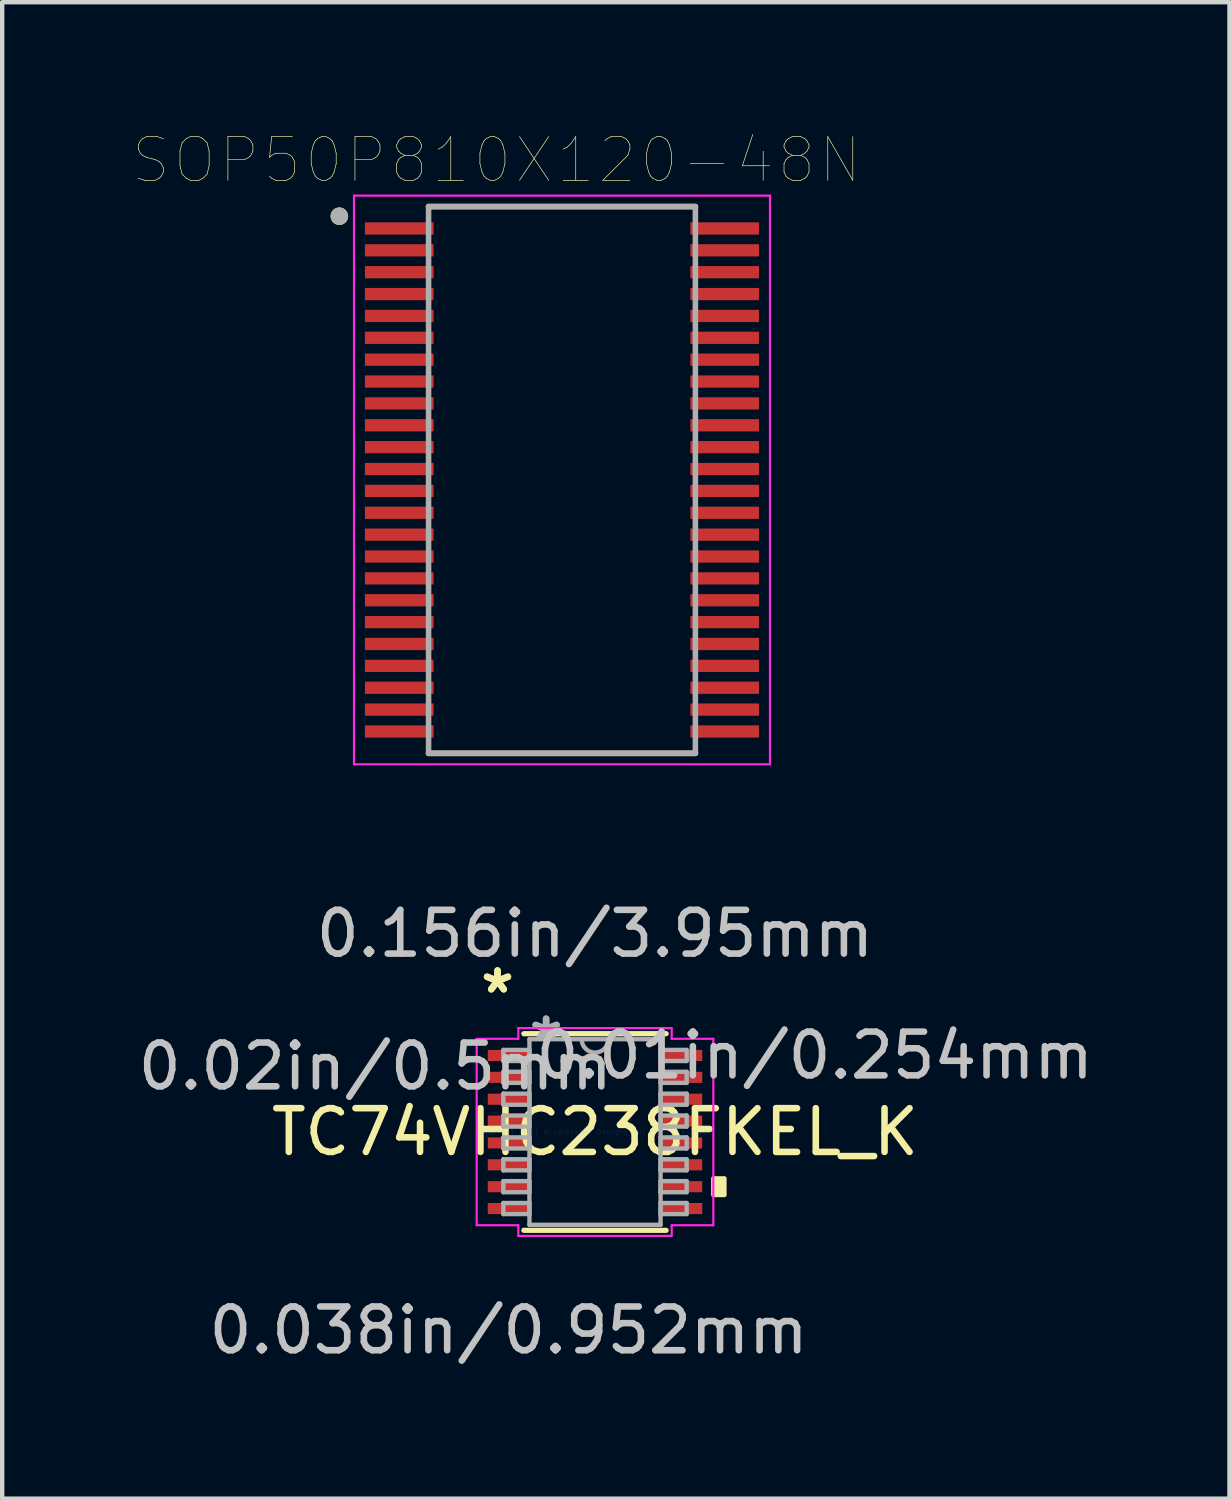
<source format=kicad_pcb>
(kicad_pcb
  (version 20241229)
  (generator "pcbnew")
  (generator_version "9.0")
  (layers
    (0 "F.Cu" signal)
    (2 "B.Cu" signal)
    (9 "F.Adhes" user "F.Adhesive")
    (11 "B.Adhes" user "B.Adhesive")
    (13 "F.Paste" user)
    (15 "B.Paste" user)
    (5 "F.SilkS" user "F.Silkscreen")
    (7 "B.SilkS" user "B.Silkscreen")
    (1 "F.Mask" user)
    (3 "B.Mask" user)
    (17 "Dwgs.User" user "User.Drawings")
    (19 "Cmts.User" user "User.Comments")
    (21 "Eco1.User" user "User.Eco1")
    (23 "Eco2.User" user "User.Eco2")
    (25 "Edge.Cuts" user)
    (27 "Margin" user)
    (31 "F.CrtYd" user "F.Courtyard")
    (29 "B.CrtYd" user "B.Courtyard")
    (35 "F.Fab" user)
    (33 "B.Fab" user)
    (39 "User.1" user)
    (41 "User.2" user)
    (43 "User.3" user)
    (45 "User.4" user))
  (footprint "SOP50P810X120-48N"
    (layer "F.Cu")
    (at 9.798 7.923)
    (property "Reference" "SOP50P810X120-48N" (at -1.495 -7.312 0) (layer "F.SilkS") (effects (font (size 1 1) (thickness 0.015))))
    (attr through_hole)
    (fp_line (start -3.05 -6.25) (end 3.05 -6.25) (stroke (width 0.127) (type solid)) (layer "F.SilkS"))
    (fp_line (start -3.05 6.25) (end 3.05 6.25) (stroke (width 0.127) (type solid)) (layer "F.SilkS"))
    (fp_circle (center -5.09 -6.03) (end -4.99 -6.03) (stroke (width 0.2) (type solid)) (fill no) (layer "F.SilkS"))
    (fp_line (start -4.755 -6.5) (end -4.755 6.5) (stroke (width 0.05) (type solid)) (layer "F.CrtYd"))
    (fp_line (start -4.755 -6.5) (end 4.755 -6.5) (stroke (width 0.05) (type solid)) (layer "F.CrtYd"))
    (fp_line (start -4.755 6.5) (end 4.755 6.5) (stroke (width 0.05) (type solid)) (layer "F.CrtYd"))
    (fp_line (start 4.755 -6.5) (end 4.755 6.5) (stroke (width 0.05) (type solid)) (layer "F.CrtYd"))
    (fp_line (start -3.05 -6.25) (end -3.05 6.25) (stroke (width 0.127) (type solid)) (layer "F.Fab"))
    (fp_line (start -3.05 -6.25) (end 3.05 -6.25) (stroke (width 0.127) (type solid)) (layer "F.Fab"))
    (fp_line (start -3.05 6.25) (end 3.05 6.25) (stroke (width 0.127) (type solid)) (layer "F.Fab"))
    (fp_line (start 3.05 -6.25) (end 3.05 6.25) (stroke (width 0.127) (type solid)) (layer "F.Fab"))
    (fp_circle (center -5.09 -6.03) (end -4.99 -6.03) (stroke (width 0.2) (type solid)) (fill no) (layer "F.Fab"))
    (pad "1" smd rect (at -3.72 -5.75) (size 1.57 0.28) (layers "F.Cu" "F.Mask" "F.Paste"))
    (pad "2" smd rect (at -3.72 -5.25) (size 1.57 0.28) (layers "F.Cu" "F.Mask" "F.Paste"))
    (pad "3" smd rect (at -3.72 -4.75) (size 1.57 0.28) (layers "F.Cu" "F.Mask" "F.Paste"))
    (pad "4" smd rect (at -3.72 -4.25) (size 1.57 0.28) (layers "F.Cu" "F.Mask" "F.Paste"))
    (pad "5" smd rect (at -3.72 -3.75) (size 1.57 0.28) (layers "F.Cu" "F.Mask" "F.Paste"))
    (pad "6" smd rect (at -3.72 -3.25) (size 1.57 0.28) (layers "F.Cu" "F.Mask" "F.Paste"))
    (pad "7" smd rect (at -3.72 -2.75) (size 1.57 0.28) (layers "F.Cu" "F.Mask" "F.Paste"))
    (pad "8" smd rect (at -3.72 -2.25) (size 1.57 0.28) (layers "F.Cu" "F.Mask" "F.Paste"))
    (pad "9" smd rect (at -3.72 -1.75) (size 1.57 0.28) (layers "F.Cu" "F.Mask" "F.Paste"))
    (pad "10" smd rect (at -3.72 -1.25) (size 1.57 0.28) (layers "F.Cu" "F.Mask" "F.Paste"))
    (pad "11" smd rect (at -3.72 -0.75) (size 1.57 0.28) (layers "F.Cu" "F.Mask" "F.Paste"))
    (pad "12" smd rect (at -3.72 -0.25) (size 1.57 0.28) (layers "F.Cu" "F.Mask" "F.Paste"))
    (pad "13" smd rect (at -3.72 0.25) (size 1.57 0.28) (layers "F.Cu" "F.Mask" "F.Paste"))
    (pad "14" smd rect (at -3.72 0.75) (size 1.57 0.28) (layers "F.Cu" "F.Mask" "F.Paste"))
    (pad "15" smd rect (at -3.72 1.25) (size 1.57 0.28) (layers "F.Cu" "F.Mask" "F.Paste"))
    (pad "16" smd rect (at -3.72 1.75) (size 1.57 0.28) (layers "F.Cu" "F.Mask" "F.Paste"))
    (pad "17" smd rect (at -3.72 2.25) (size 1.57 0.28) (layers "F.Cu" "F.Mask" "F.Paste"))
    (pad "18" smd rect (at -3.72 2.75) (size 1.57 0.28) (layers "F.Cu" "F.Mask" "F.Paste"))
    (pad "19" smd rect (at -3.72 3.25) (size 1.57 0.28) (layers "F.Cu" "F.Mask" "F.Paste"))
    (pad "20" smd rect (at -3.72 3.75) (size 1.57 0.28) (layers "F.Cu" "F.Mask" "F.Paste"))
    (pad "21" smd rect (at -3.72 4.25) (size 1.57 0.28) (layers "F.Cu" "F.Mask" "F.Paste"))
    (pad "22" smd rect (at -3.72 4.75) (size 1.57 0.28) (layers "F.Cu" "F.Mask" "F.Paste"))
    (pad "23" smd rect (at -3.72 5.25) (size 1.57 0.28) (layers "F.Cu" "F.Mask" "F.Paste"))
    (pad "24" smd rect (at -3.72 5.75) (size 1.57 0.28) (layers "F.Cu" "F.Mask" "F.Paste"))
    (pad "25" smd rect (at 3.72 5.75) (size 1.57 0.28) (layers "F.Cu" "F.Mask" "F.Paste"))
    (pad "26" smd rect (at 3.72 5.25) (size 1.57 0.28) (layers "F.Cu" "F.Mask" "F.Paste"))
    (pad "27" smd rect (at 3.72 4.75) (size 1.57 0.28) (layers "F.Cu" "F.Mask" "F.Paste"))
    (pad "28" smd rect (at 3.72 4.25) (size 1.57 0.28) (layers "F.Cu" "F.Mask" "F.Paste"))
    (pad "29" smd rect (at 3.72 3.75) (size 1.57 0.28) (layers "F.Cu" "F.Mask" "F.Paste"))
    (pad "30" smd rect (at 3.72 3.25) (size 1.57 0.28) (layers "F.Cu" "F.Mask" "F.Paste"))
    (pad "31" smd rect (at 3.72 2.75) (size 1.57 0.28) (layers "F.Cu" "F.Mask" "F.Paste"))
    (pad "32" smd rect (at 3.72 2.25) (size 1.57 0.28) (layers "F.Cu" "F.Mask" "F.Paste"))
    (pad "33" smd rect (at 3.72 1.75) (size 1.57 0.28) (layers "F.Cu" "F.Mask" "F.Paste"))
    (pad "34" smd rect (at 3.72 1.25) (size 1.57 0.28) (layers "F.Cu" "F.Mask" "F.Paste"))
    (pad "35" smd rect (at 3.72 0.75) (size 1.57 0.28) (layers "F.Cu" "F.Mask" "F.Paste"))
    (pad "36" smd rect (at 3.72 0.25) (size 1.57 0.28) (layers "F.Cu" "F.Mask" "F.Paste"))
    (pad "37" smd rect (at 3.72 -0.25) (size 1.57 0.28) (layers "F.Cu" "F.Mask" "F.Paste"))
    (pad "38" smd rect (at 3.72 -0.75) (size 1.57 0.28) (layers "F.Cu" "F.Mask" "F.Paste"))
    (pad "39" smd rect (at 3.72 -1.25) (size 1.57 0.28) (layers "F.Cu" "F.Mask" "F.Paste"))
    (pad "40" smd rect (at 3.72 -1.75) (size 1.57 0.28) (layers "F.Cu" "F.Mask" "F.Paste"))
    (pad "41" smd rect (at 3.72 -2.25) (size 1.57 0.28) (layers "F.Cu" "F.Mask" "F.Paste"))
    (pad "42" smd rect (at 3.72 -2.75) (size 1.57 0.28) (layers "F.Cu" "F.Mask" "F.Paste"))
    (pad "43" smd rect (at 3.72 -3.25) (size 1.57 0.28) (layers "F.Cu" "F.Mask" "F.Paste"))
    (pad "44" smd rect (at 3.72 -3.75) (size 1.57 0.28) (layers "F.Cu" "F.Mask" "F.Paste"))
    (pad "45" smd rect (at 3.72 -4.25) (size 1.57 0.28) (layers "F.Cu" "F.Mask" "F.Paste"))
    (pad "46" smd rect (at 3.72 -4.75) (size 1.57 0.28) (layers "F.Cu" "F.Mask" "F.Paste"))
    (pad "47" smd rect (at 3.72 -5.25) (size 1.57 0.28) (layers "F.Cu" "F.Mask" "F.Paste"))
    (pad "48" smd rect (at 3.72 -5.75) (size 1.57 0.28) (layers "F.Cu" "F.Mask" "F.Paste")))
  (footprint "TC74VHC238FKEL_K"
    (layer "F.Cu")
    (at 10.553 22.83)
    (property "Reference" "TC74VHC238FKEL_K" (at 0 0 0) (layer "F.SilkS") (effects (font (size 1 1) (thickness 0.15))))
    (attr through_hole)
    (fp_line (start -1.626 2.248) (end 1.626 2.248) (stroke (width 0.12) (type solid)) (layer "F.SilkS"))
    (fp_line (start 1.626 -2.248) (end -1.626 -2.248) (stroke (width 0.12) (type solid)) (layer "F.SilkS"))
    (fp_poly (pts (xy 2.959 1.06) (xy 2.959 1.44) (xy 2.705 1.44) (xy 2.705 1.06)) (stroke (width 0.1) (type solid)) (fill yes) (layer "F.SilkS"))
    (fp_line (start -2.705 -2.131) (end -1.753 -2.131) (stroke (width 0.05) (type solid)) (layer "F.CrtYd"))
    (fp_line (start -2.705 2.131) (end -2.705 -2.131) (stroke (width 0.05) (type solid)) (layer "F.CrtYd"))
    (fp_line (start -1.753 -2.375) (end 1.753 -2.375) (stroke (width 0.05) (type solid)) (layer "F.CrtYd"))
    (fp_line (start -1.753 -2.131) (end -1.753 -2.375) (stroke (width 0.05) (type solid)) (layer "F.CrtYd"))
    (fp_line (start -1.753 2.131) (end -2.705 2.131) (stroke (width 0.05) (type solid)) (layer "F.CrtYd"))
    (fp_line (start -1.753 2.375) (end -1.753 2.131) (stroke (width 0.05) (type solid)) (layer "F.CrtYd"))
    (fp_line (start 1.753 -2.375) (end 1.753 -2.131) (stroke (width 0.05) (type solid)) (layer "F.CrtYd"))
    (fp_line (start 1.753 -2.131) (end 2.705 -2.131) (stroke (width 0.05) (type solid)) (layer "F.CrtYd"))
    (fp_line (start 1.753 2.131) (end 1.753 2.375) (stroke (width 0.05) (type solid)) (layer "F.CrtYd"))
    (fp_line (start 1.753 2.375) (end -1.753 2.375) (stroke (width 0.05) (type solid)) (layer "F.CrtYd"))
    (fp_line (start 2.705 -2.131) (end 2.705 2.131) (stroke (width 0.05) (type solid)) (layer "F.CrtYd"))
    (fp_line (start 2.705 2.131) (end 1.753 2.131) (stroke (width 0.05) (type solid)) (layer "F.CrtYd"))
    (fp_line (start -2.095 -1.877) (end -2.095 -1.623) (stroke (width 0.1) (type solid)) (layer "F.Fab"))
    (fp_line (start -2.095 -1.623) (end -1.499 -1.623) (stroke (width 0.1) (type solid)) (layer "F.Fab"))
    (fp_line (start -2.095 -1.377) (end -2.095 -1.123) (stroke (width 0.1) (type solid)) (layer "F.Fab"))
    (fp_line (start -2.095 -1.123) (end -1.499 -1.123) (stroke (width 0.1) (type solid)) (layer "F.Fab"))
    (fp_line (start -2.095 -0.877) (end -2.095 -0.623) (stroke (width 0.1) (type solid)) (layer "F.Fab"))
    (fp_line (start -2.095 -0.623) (end -1.499 -0.623) (stroke (width 0.1) (type solid)) (layer "F.Fab"))
    (fp_line (start -2.095 -0.377) (end -2.095 -0.123) (stroke (width 0.1) (type solid)) (layer "F.Fab"))
    (fp_line (start -2.095 -0.123) (end -1.499 -0.123) (stroke (width 0.1) (type solid)) (layer "F.Fab"))
    (fp_line (start -2.095 0.123) (end -2.095 0.377) (stroke (width 0.1) (type solid)) (layer "F.Fab"))
    (fp_line (start -2.095 0.377) (end -1.499 0.377) (stroke (width 0.1) (type solid)) (layer "F.Fab"))
    (fp_line (start -2.095 0.623) (end -2.095 0.877) (stroke (width 0.1) (type solid)) (layer "F.Fab"))
    (fp_line (start -2.095 0.877) (end -1.499 0.877) (stroke (width 0.1) (type solid)) (layer "F.Fab"))
    (fp_line (start -2.095 1.123) (end -2.095 1.377) (stroke (width 0.1) (type solid)) (layer "F.Fab"))
    (fp_line (start -2.095 1.377) (end -1.499 1.377) (stroke (width 0.1) (type solid)) (layer "F.Fab"))
    (fp_line (start -2.095 1.623) (end -2.095 1.877) (stroke (width 0.1) (type solid)) (layer "F.Fab"))
    (fp_line (start -2.095 1.877) (end -1.499 1.877) (stroke (width 0.1) (type solid)) (layer "F.Fab"))
    (fp_line (start -1.499 -2.121) (end -1.499 2.121) (stroke (width 0.1) (type solid)) (layer "F.Fab"))
    (fp_line (start -1.499 -1.877) (end -2.095 -1.877) (stroke (width 0.1) (type solid)) (layer "F.Fab"))
    (fp_line (start -1.499 -1.623) (end -1.499 -1.877) (stroke (width 0.1) (type solid)) (layer "F.Fab"))
    (fp_line (start -1.499 -1.377) (end -2.095 -1.377) (stroke (width 0.1) (type solid)) (layer "F.Fab"))
    (fp_line (start -1.499 -1.123) (end -1.499 -1.377) (stroke (width 0.1) (type solid)) (layer "F.Fab"))
    (fp_line (start -1.499 -0.877) (end -2.095 -0.877) (stroke (width 0.1) (type solid)) (layer "F.Fab"))
    (fp_line (start -1.499 -0.623) (end -1.499 -0.877) (stroke (width 0.1) (type solid)) (layer "F.Fab"))
    (fp_line (start -1.499 -0.377) (end -2.095 -0.377) (stroke (width 0.1) (type solid)) (layer "F.Fab"))
    (fp_line (start -1.499 -0.123) (end -1.499 -0.377) (stroke (width 0.1) (type solid)) (layer "F.Fab"))
    (fp_line (start -1.499 0.123) (end -2.095 0.123) (stroke (width 0.1) (type solid)) (layer "F.Fab"))
    (fp_line (start -1.499 0.377) (end -1.499 0.123) (stroke (width 0.1) (type solid)) (layer "F.Fab"))
    (fp_line (start -1.499 0.623) (end -2.095 0.623) (stroke (width 0.1) (type solid)) (layer "F.Fab"))
    (fp_line (start -1.499 0.877) (end -1.499 0.623) (stroke (width 0.1) (type solid)) (layer "F.Fab"))
    (fp_line (start -1.499 1.123) (end -2.095 1.123) (stroke (width 0.1) (type solid)) (layer "F.Fab"))
    (fp_line (start -1.499 1.377) (end -1.499 1.123) (stroke (width 0.1) (type solid)) (layer "F.Fab"))
    (fp_line (start -1.499 1.623) (end -2.095 1.623) (stroke (width 0.1) (type solid)) (layer "F.Fab"))
    (fp_line (start -1.499 1.877) (end -1.499 1.623) (stroke (width 0.1) (type solid)) (layer "F.Fab"))
    (fp_line (start -1.499 2.121) (end 1.499 2.121) (stroke (width 0.1) (type solid)) (layer "F.Fab"))
    (fp_line (start 1.499 -2.121) (end -1.499 -2.121) (stroke (width 0.1) (type solid)) (layer "F.Fab"))
    (fp_line (start 1.499 -1.877) (end 1.499 -1.623) (stroke (width 0.1) (type solid)) (layer "F.Fab"))
    (fp_line (start 1.499 -1.623) (end 2.095 -1.623) (stroke (width 0.1) (type solid)) (layer "F.Fab"))
    (fp_line (start 1.499 -1.377) (end 1.499 -1.123) (stroke (width 0.1) (type solid)) (layer "F.Fab"))
    (fp_line (start 1.499 -1.123) (end 2.095 -1.123) (stroke (width 0.1) (type solid)) (layer "F.Fab"))
    (fp_line (start 1.499 -0.877) (end 1.499 -0.623) (stroke (width 0.1) (type solid)) (layer "F.Fab"))
    (fp_line (start 1.499 -0.623) (end 2.095 -0.623) (stroke (width 0.1) (type solid)) (layer "F.Fab"))
    (fp_line (start 1.499 -0.377) (end 1.499 -0.123) (stroke (width 0.1) (type solid)) (layer "F.Fab"))
    (fp_line (start 1.499 -0.123) (end 2.095 -0.123) (stroke (width 0.1) (type solid)) (layer "F.Fab"))
    (fp_line (start 1.499 0.123) (end 1.499 0.377) (stroke (width 0.1) (type solid)) (layer "F.Fab"))
    (fp_line (start 1.499 0.377) (end 2.095 0.377) (stroke (width 0.1) (type solid)) (layer "F.Fab"))
    (fp_line (start 1.499 0.623) (end 1.499 0.877) (stroke (width 0.1) (type solid)) (layer "F.Fab"))
    (fp_line (start 1.499 0.877) (end 2.095 0.877) (stroke (width 0.1) (type solid)) (layer "F.Fab"))
    (fp_line (start 1.499 1.123) (end 1.499 1.377) (stroke (width 0.1) (type solid)) (layer "F.Fab"))
    (fp_line (start 1.499 1.377) (end 2.095 1.377) (stroke (width 0.1) (type solid)) (layer "F.Fab"))
    (fp_line (start 1.499 1.623) (end 1.499 1.877) (stroke (width 0.1) (type solid)) (layer "F.Fab"))
    (fp_line (start 1.499 1.877) (end 2.095 1.877) (stroke (width 0.1) (type solid)) (layer "F.Fab"))
    (fp_line (start 1.499 2.121) (end 1.499 -2.121) (stroke (width 0.1) (type solid)) (layer "F.Fab"))
    (fp_line (start 2.095 -1.877) (end 1.499 -1.877) (stroke (width 0.1) (type solid)) (layer "F.Fab"))
    (fp_line (start 2.095 -1.623) (end 2.095 -1.877) (stroke (width 0.1) (type solid)) (layer "F.Fab"))
    (fp_line (start 2.095 -1.377) (end 1.499 -1.377) (stroke (width 0.1) (type solid)) (layer "F.Fab"))
    (fp_line (start 2.095 -1.123) (end 2.095 -1.377) (stroke (width 0.1) (type solid)) (layer "F.Fab"))
    (fp_line (start 2.095 -0.877) (end 1.499 -0.877) (stroke (width 0.1) (type solid)) (layer "F.Fab"))
    (fp_line (start 2.095 -0.623) (end 2.095 -0.877) (stroke (width 0.1) (type solid)) (layer "F.Fab"))
    (fp_line (start 2.095 -0.377) (end 1.499 -0.377) (stroke (width 0.1) (type solid)) (layer "F.Fab"))
    (fp_line (start 2.095 -0.123) (end 2.095 -0.377) (stroke (width 0.1) (type solid)) (layer "F.Fab"))
    (fp_line (start 2.095 0.123) (end 1.499 0.123) (stroke (width 0.1) (type solid)) (layer "F.Fab"))
    (fp_line (start 2.095 0.377) (end 2.095 0.123) (stroke (width 0.1) (type solid)) (layer "F.Fab"))
    (fp_line (start 2.095 0.623) (end 1.499 0.623) (stroke (width 0.1) (type solid)) (layer "F.Fab"))
    (fp_line (start 2.095 0.877) (end 2.095 0.623) (stroke (width 0.1) (type solid)) (layer "F.Fab"))
    (fp_line (start 2.095 1.123) (end 1.499 1.123) (stroke (width 0.1) (type solid)) (layer "F.Fab"))
    (fp_line (start 2.095 1.377) (end 2.095 1.123) (stroke (width 0.1) (type solid)) (layer "F.Fab"))
    (fp_line (start 2.095 1.623) (end 1.499 1.623) (stroke (width 0.1) (type solid)) (layer "F.Fab"))
    (fp_line (start 2.095 1.877) (end 2.095 1.623) (stroke (width 0.1) (type solid)) (layer "F.Fab"))
    (fp_arc (start 0.3048 -2.1209) (mid 0 -1.8161) (end -0.3048 -2.1209) (stroke (width 0.1) (type solid)) (layer "F.Fab"))
    (fp_text user "*" (at -2.229 -3.147 0) (layer "F.SilkS") (effects (font (size 1 1) (thickness 0.15))))
    (fp_text user "*" (at -2.229 -3.147 0) (layer "F.SilkS") (effects (font (size 1 1) (thickness 0.15))))
    (fp_text user "0.01in/0.254mm" (at 5.023 -1.75 0) (layer "Dwgs.User") (effects (font (size 1 1) (thickness 0.15))))
    (fp_text user "0.02in/0.5mm" (at -5.023 -1.5 0) (layer "Dwgs.User") (effects (font (size 1 1) (thickness 0.15))))
    (fp_text user "0.038in/0.952mm" (at -1.975 4.534 0) (layer "Dwgs.User") (effects (font (size 1 1) (thickness 0.15))))
    (fp_text user "0.156in/3.95mm" (at 0 -4.534 0) (layer "Dwgs.User") (effects (font (size 1 1) (thickness 0.15))))
    (fp_text user "Copyright 2021 Accelerated Designs. All rights reserved." (at 0 0 0) (layer "Cmts.User") (effects (font (size 0.127 0.127) (thickness 0.002))))
    (fp_text user "*" (at -1.118 -2.045 0) (layer "F.Fab") (effects (font (size 1 1) (thickness 0.15))))
    (fp_text user "*" (at -1.118 -2.045 0) (layer "F.Fab") (effects (font (size 1 1) (thickness 0.15))))
    (pad "1" smd rect (at -1.975 -1.75) (size 0.953 0.254) (layers "F.Cu" "F.Mask" "F.Paste"))
    (pad "2" smd rect (at -1.975 -1.25) (size 0.953 0.254) (layers "F.Cu" "F.Mask" "F.Paste"))
    (pad "3" smd rect (at -1.975 -0.75) (size 0.953 0.254) (layers "F.Cu" "F.Mask" "F.Paste"))
    (pad "4" smd rect (at -1.975 -0.25) (size 0.953 0.254) (layers "F.Cu" "F.Mask" "F.Paste"))
    (pad "5" smd rect (at -1.975 0.25) (size 0.953 0.254) (layers "F.Cu" "F.Mask" "F.Paste"))
    (pad "6" smd rect (at -1.975 0.75) (size 0.953 0.254) (layers "F.Cu" "F.Mask" "F.Paste"))
    (pad "7" smd rect (at -1.975 1.25) (size 0.953 0.254) (layers "F.Cu" "F.Mask" "F.Paste"))
    (pad "8" smd rect (at -1.975 1.75) (size 0.953 0.254) (layers "F.Cu" "F.Mask" "F.Paste"))
    (pad "9" smd rect (at 1.975 1.75) (size 0.953 0.254) (layers "F.Cu" "F.Mask" "F.Paste"))
    (pad "10" smd rect (at 1.975 1.25) (size 0.953 0.254) (layers "F.Cu" "F.Mask" "F.Paste"))
    (pad "11" smd rect (at 1.975 0.75) (size 0.953 0.254) (layers "F.Cu" "F.Mask" "F.Paste"))
    (pad "12" smd rect (at 1.975 0.25) (size 0.953 0.254) (layers "F.Cu" "F.Mask" "F.Paste"))
    (pad "13" smd rect (at 1.975 -0.25) (size 0.953 0.254) (layers "F.Cu" "F.Mask" "F.Paste"))
    (pad "14" smd rect (at 1.975 -0.75) (size 0.953 0.254) (layers "F.Cu" "F.Mask" "F.Paste"))
    (pad "15" smd rect (at 1.975 -1.25) (size 0.953 0.254) (layers "F.Cu" "F.Mask" "F.Paste"))
    (pad "16" smd rect (at 1.975 -1.75) (size 0.953 0.254) (layers "F.Cu" "F.Mask" "F.Paste")))
  (gr_rect
    (start -3 -3)
    (end 25.058 31.213)
    (stroke (width 0.1) (type default))
    (fill no)
    (layer "Edge.Cuts")))
</source>
